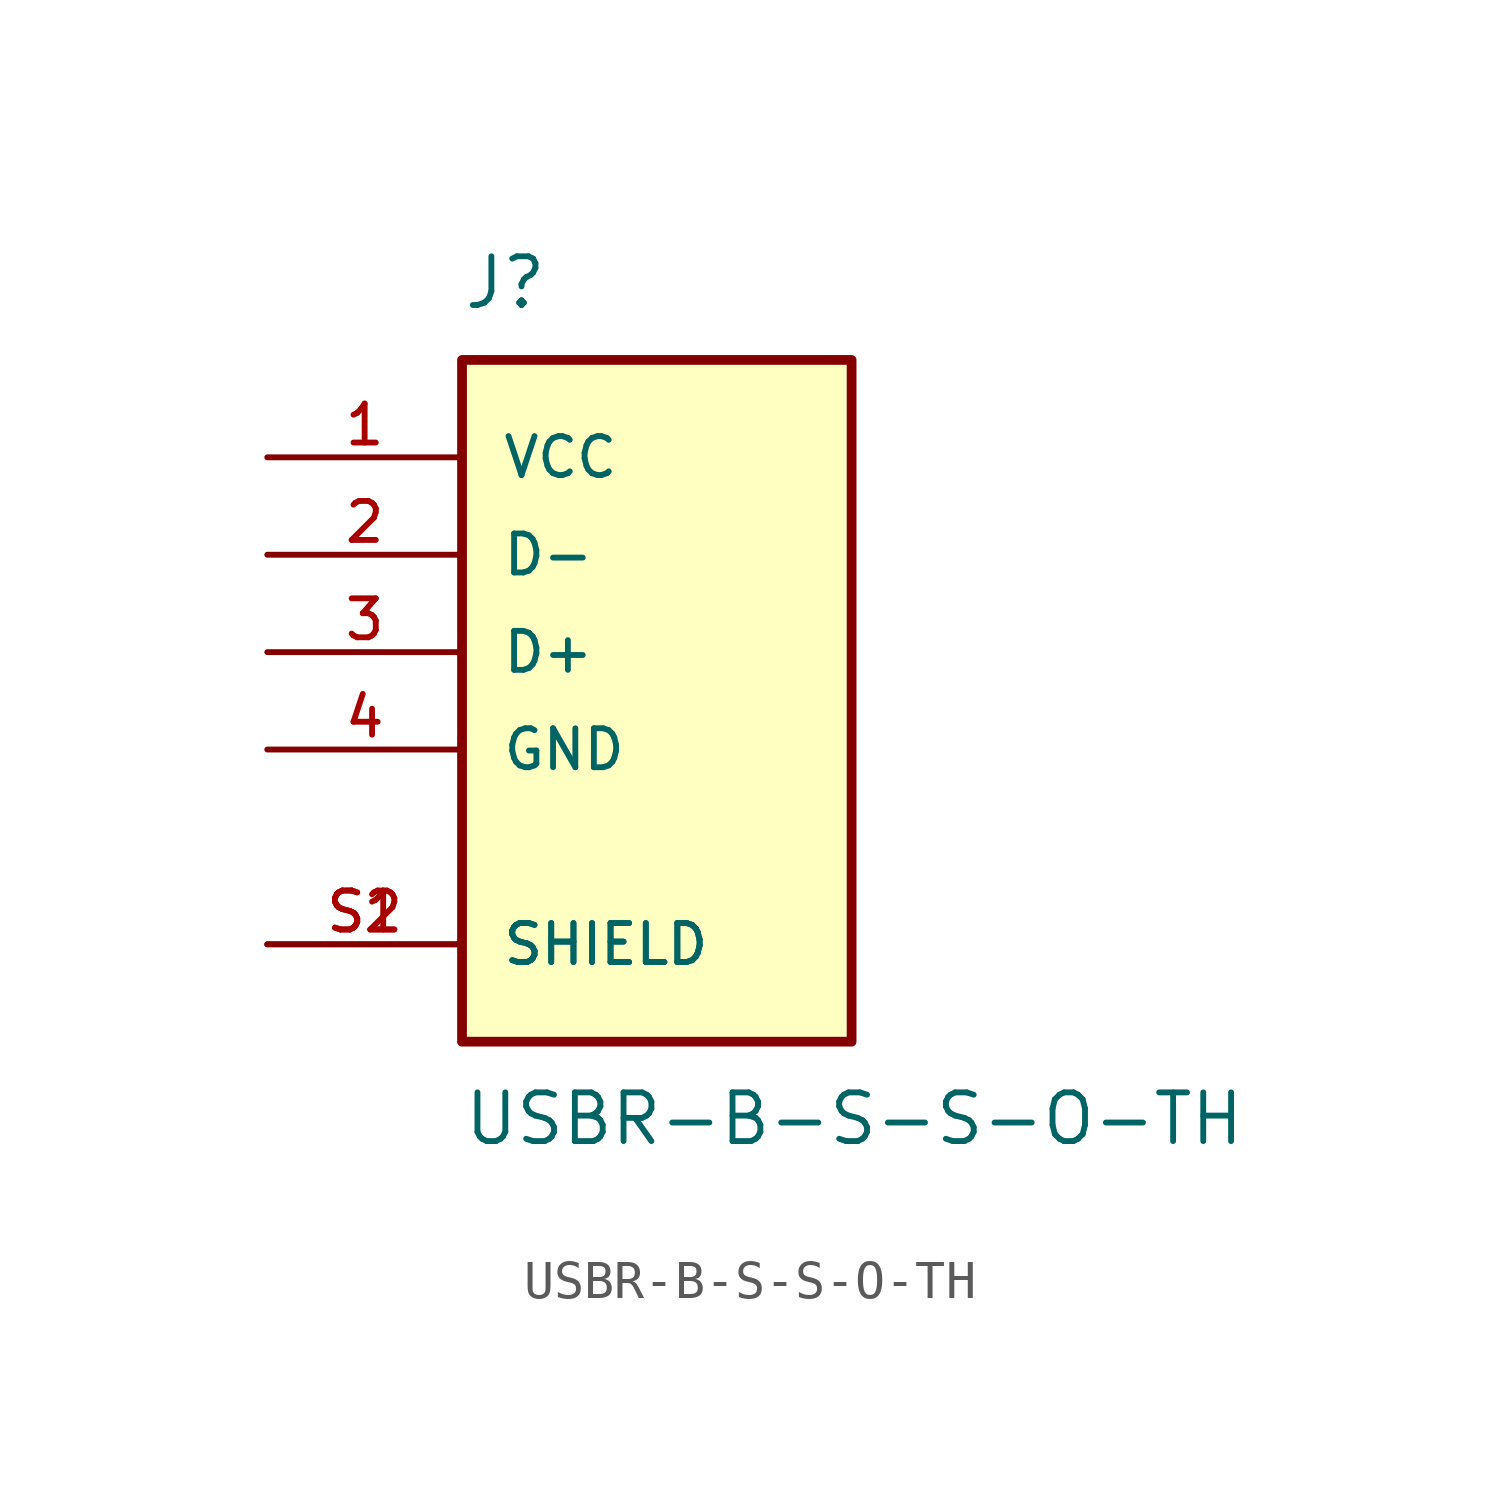
<source format=kicad_sym>
(kicad_symbol_lib
  (version 20241209)
  (generator "kicad_symbol_editor")
  (generator_version "9.0")
  (symbol "USBR-B-S-S-O-TH"
    (pin_names
      (offset 1.016))
    (property "Reference" "J"
      (at -5.08 8.89 0)
      (effects (font (size 1.27 1.27)) (justify left bottom)))
    (property "Value" "USBR-B-S-S-O-TH"
      (at -5.08 -11.43 0)
      (effects (font (size 1.27 1.27)) (justify left top)))
    (symbol "USBR-B-S-S-O-TH_0_0"
      (rectangle (start -5.08 -10.16) (end 5.08 7.62) (stroke (width 0.254) (type default)) (fill (type background)))
      (pin power_in line (at -10.16 5.08 0) (length 5.08) (name "VCC" (effects (font (size 1.016 1.016)))) (number "1" (effects (font (size 1.016 1.016)))))
      (pin bidirectional line (at -10.16 2.54 0) (length 5.08) (name "D-" (effects (font (size 1.016 1.016)))) (number "2" (effects (font (size 1.016 1.016)))))
      (pin bidirectional line (at -10.16 0 0) (length 5.08) (name "D+" (effects (font (size 1.016 1.016)))) (number "3" (effects (font (size 1.016 1.016)))))
      (pin power_in line (at -10.16 -2.54 0) (length 5.08) (name "GND" (effects (font (size 1.016 1.016)))) (number "4" (effects (font (size 1.016 1.016)))))
      (pin passive line (at -10.16 -7.62 0) (length 5.08) (name "SHIELD" (effects (font (size 1.016 1.016)))) (number "S1" (effects (font (size 1.016 1.016)))))
      (pin passive line (at -10.16 -7.62 0) (length 5.08) (name "SHIELD" (effects (font (size 1.016 1.016)))) (number "S2" (effects (font (size 1.016 1.016))))))))
</source>
